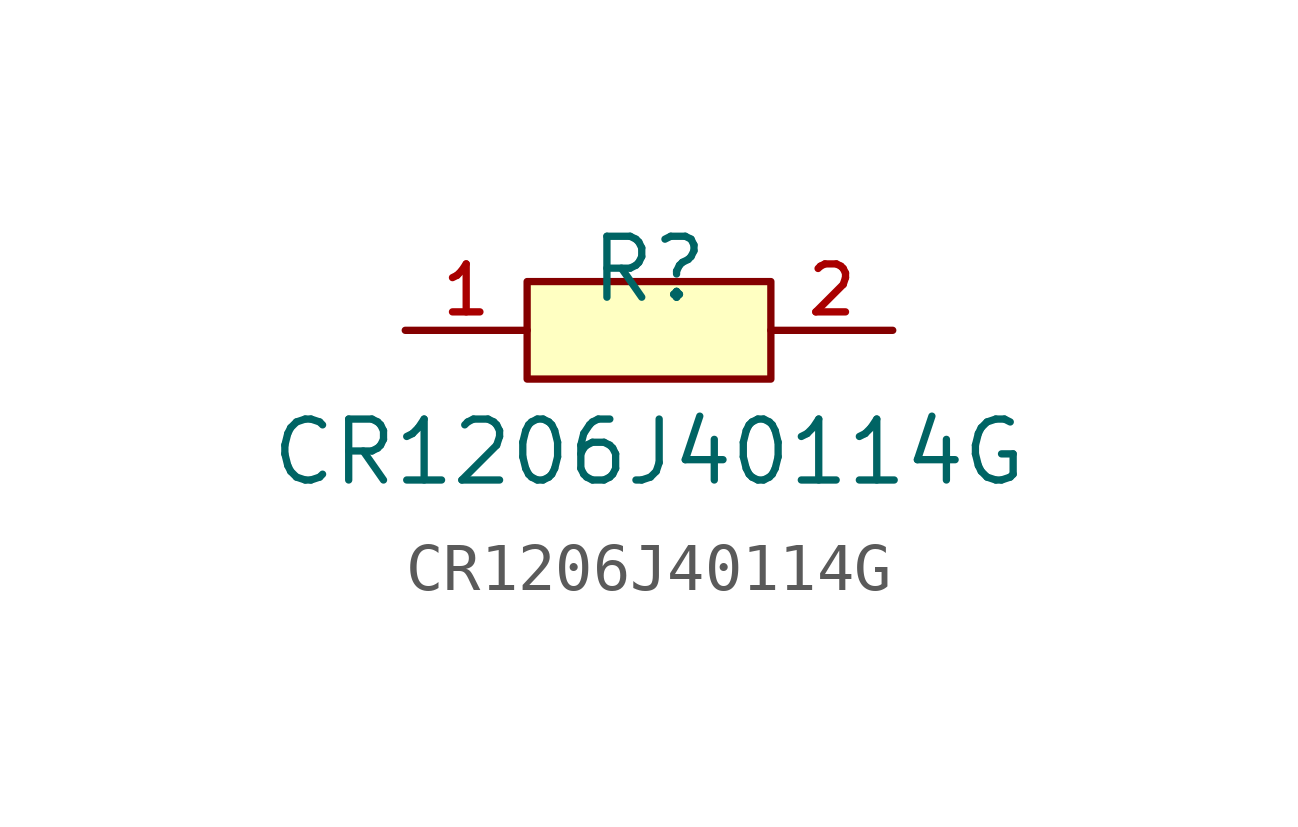
<source format=kicad_sym>
(kicad_symbol_lib
  (version 20210201)
  (generator TousstNicolas/JLC2KiCad_lib)
  (symbol "CR1206J40114G"
    (pin_names hide)
    (property "Reference" "R"
      (at 0 1.27 0)
      (effects (font (size 1.27 1.27))))
    (property "Value" "CR1206J40114G"
      (at 0 -2.54 0)
      (effects (font (size 1.27 1.27))))
    (symbol "CR1206J40114G_0_1"
      (pin input line (at 5.08 -0.0 180) (length 2.54) (name "2" (effects (font (size 1 1)))) (number "2" (effects (font (size 1 1)))))
      (pin input line (at -5.08 -0.0 0) (length 2.54) (name "1" (effects (font (size 1 1)))) (number "1" (effects (font (size 1 1)))))
      (rectangle (start -2.54 1.016) (end 2.54 -1.016) (stroke (width 0) (type default) (color 0 0 0 0)) (fill (type background))))))
</source>
